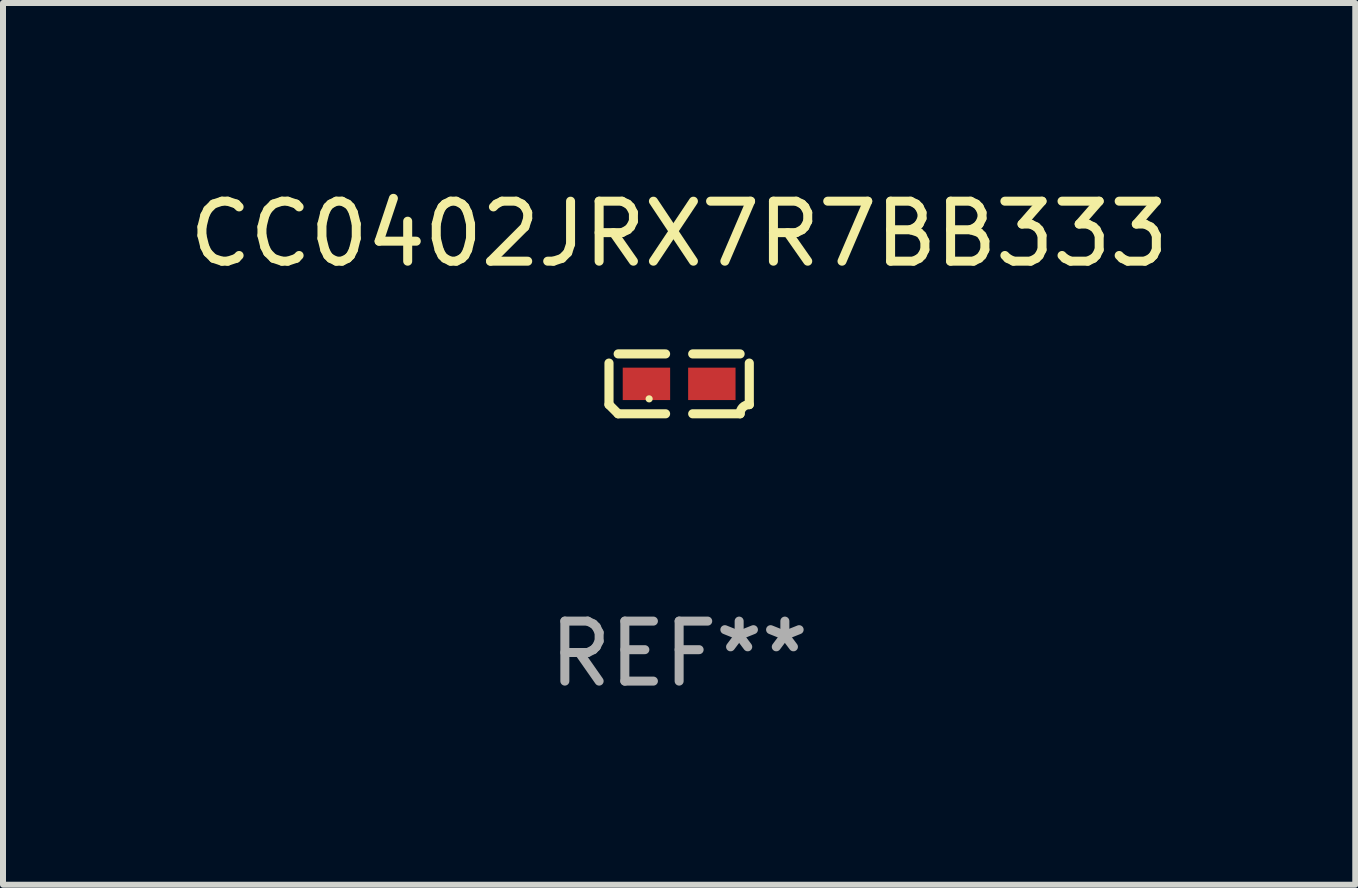
<source format=kicad_pcb>
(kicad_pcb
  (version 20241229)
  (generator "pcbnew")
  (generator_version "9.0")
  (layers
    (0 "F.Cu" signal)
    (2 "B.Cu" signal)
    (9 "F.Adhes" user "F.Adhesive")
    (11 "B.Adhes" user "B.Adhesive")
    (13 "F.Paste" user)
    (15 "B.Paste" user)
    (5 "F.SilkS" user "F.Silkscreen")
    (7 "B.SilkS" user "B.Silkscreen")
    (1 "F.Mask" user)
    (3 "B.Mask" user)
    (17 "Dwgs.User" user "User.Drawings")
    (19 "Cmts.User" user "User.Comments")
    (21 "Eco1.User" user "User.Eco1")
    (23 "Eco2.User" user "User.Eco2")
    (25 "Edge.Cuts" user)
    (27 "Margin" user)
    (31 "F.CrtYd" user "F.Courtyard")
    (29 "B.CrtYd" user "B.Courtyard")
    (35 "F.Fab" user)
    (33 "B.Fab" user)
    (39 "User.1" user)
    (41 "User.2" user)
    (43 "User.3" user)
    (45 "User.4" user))
  (footprint "CC0402JRX7R7BB333"
    (layer "F.Cu")
    (at 8.268 3.347)
    (property "Reference" "CC0402JRX7R7BB333" (at 0 -2.499 0) (layer "F.SilkS") (effects (font (size 1 1) (thickness 0.15))))
    (attr through_hole)
    (fp_line (start -1.169 0.346) (end -1.169 -0.346) (stroke (width 0.152) (type solid)) (layer "F.SilkS"))
    (fp_line (start -1.016 -0.499) (end -0.226 -0.499) (stroke (width 0.152) (type solid)) (layer "F.SilkS"))
    (fp_line (start -0.226 0.499) (end -1.016 0.499) (stroke (width 0.152) (type solid)) (layer "F.SilkS"))
    (fp_line (start 0.226 0.499) (end 1.016 0.499) (stroke (width 0.152) (type solid)) (layer "F.SilkS"))
    (fp_line (start 1.016 -0.499) (end 0.226 -0.499) (stroke (width 0.152) (type solid)) (layer "F.SilkS"))
    (fp_line (start 1.169 0.346) (end 1.169 -0.346) (stroke (width 0.152) (type solid)) (layer "F.SilkS"))
    (fp_arc (start -1.016307 0.498603) (mid -1.092512 0.422405) (end -1.16871 0.3462) (stroke (width 0.1524) (type solid)) (layer "F.SilkS"))
    (fp_arc (start 1.016307 0.498603) (mid 1.060899 0.390758) (end 1.168707 0.346076) (stroke (width 0.1524) (type solid)) (layer "F.SilkS"))
    (fp_circle (center -0.5 0.25) (end -0.47 0.25) (stroke (width 0.06) (type solid)) (fill no) (layer "F.SilkS"))
    (fp_text user "REF**" (at 0 4.499 0) (layer "F.Fab") (effects (font (size 1 1) (thickness 0.15))))
    (pad "1" smd rect (at -0.545 0) (size 0.79 0.54) (layers "F.Cu" "F.Mask" "F.Paste"))
    (pad "2" smd rect (at 0.545 0) (size 0.79 0.54) (layers "F.Cu" "F.Mask" "F.Paste")))
  (gr_rect
    (start -3 -3)
    (end 19.536 11.694)
    (stroke (width 0.1) (type default))
    (fill no)
    (layer "Edge.Cuts")))
</source>
